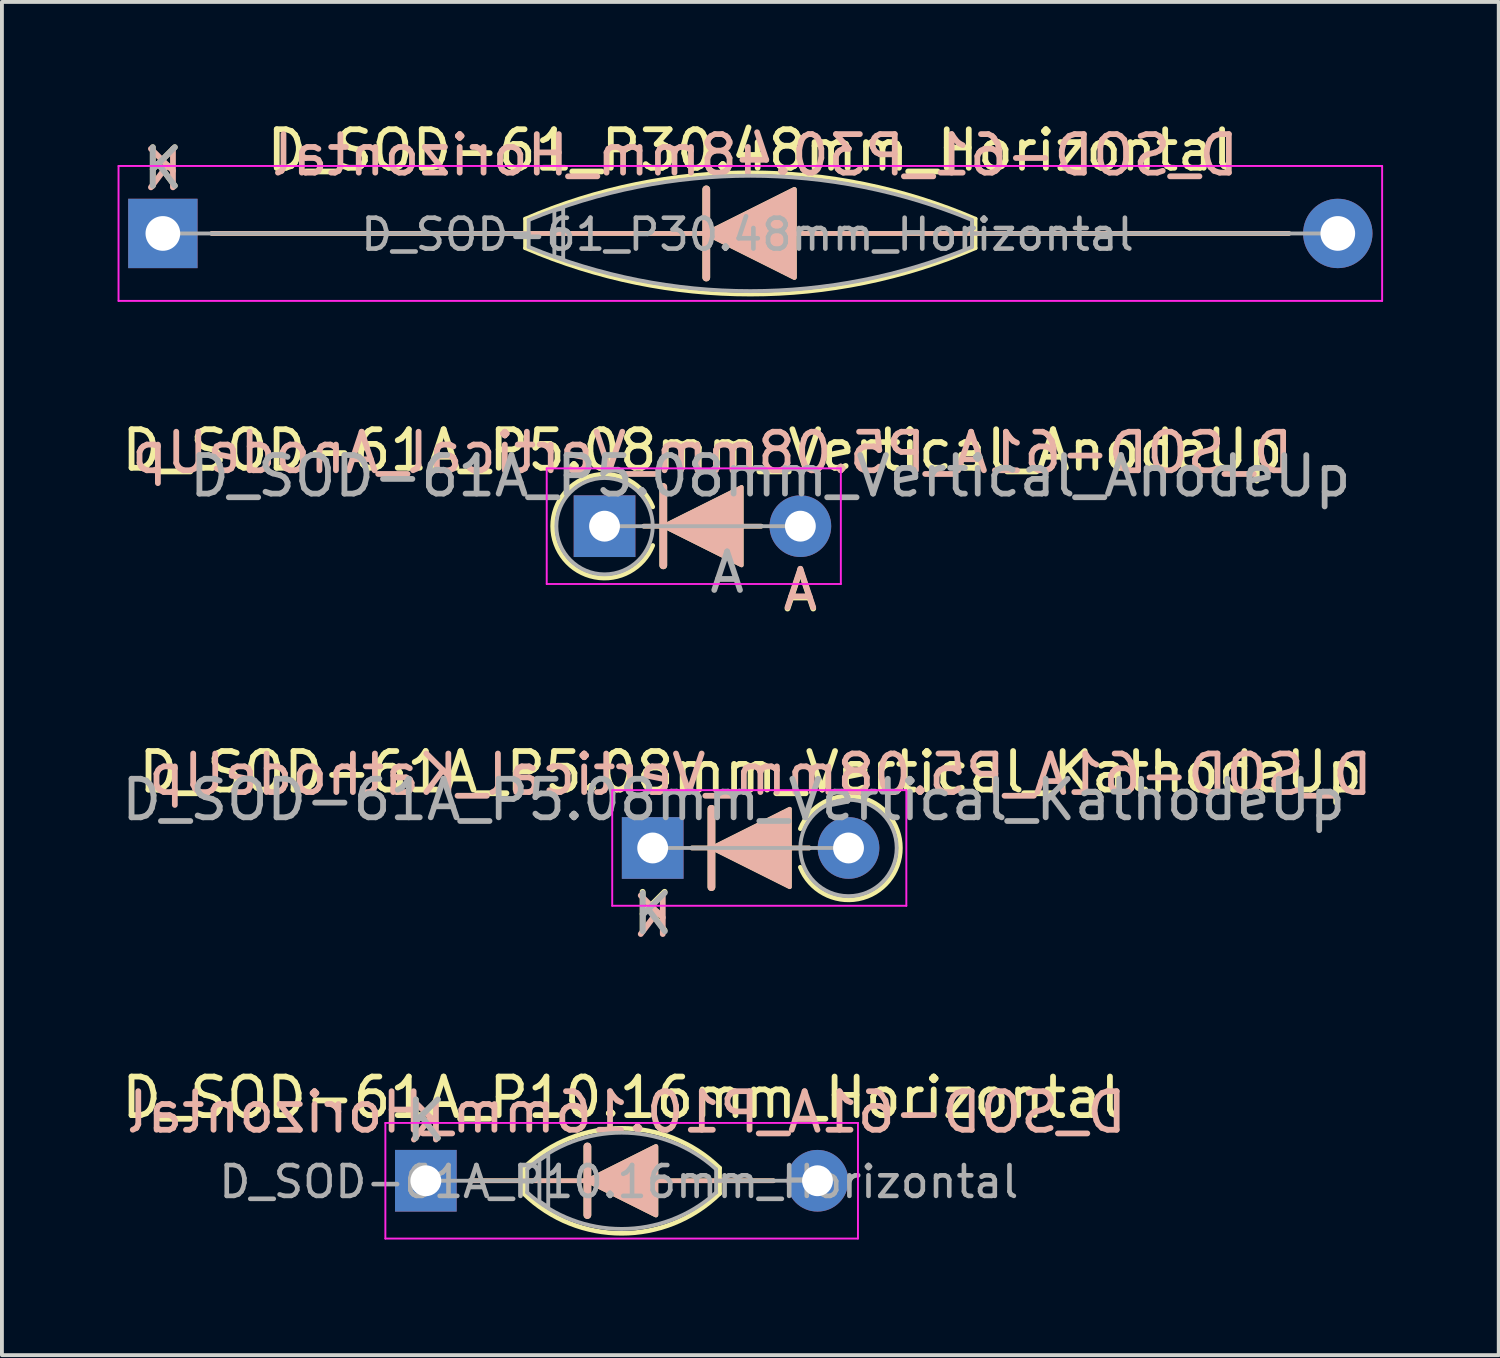
<source format=kicad_pcb>
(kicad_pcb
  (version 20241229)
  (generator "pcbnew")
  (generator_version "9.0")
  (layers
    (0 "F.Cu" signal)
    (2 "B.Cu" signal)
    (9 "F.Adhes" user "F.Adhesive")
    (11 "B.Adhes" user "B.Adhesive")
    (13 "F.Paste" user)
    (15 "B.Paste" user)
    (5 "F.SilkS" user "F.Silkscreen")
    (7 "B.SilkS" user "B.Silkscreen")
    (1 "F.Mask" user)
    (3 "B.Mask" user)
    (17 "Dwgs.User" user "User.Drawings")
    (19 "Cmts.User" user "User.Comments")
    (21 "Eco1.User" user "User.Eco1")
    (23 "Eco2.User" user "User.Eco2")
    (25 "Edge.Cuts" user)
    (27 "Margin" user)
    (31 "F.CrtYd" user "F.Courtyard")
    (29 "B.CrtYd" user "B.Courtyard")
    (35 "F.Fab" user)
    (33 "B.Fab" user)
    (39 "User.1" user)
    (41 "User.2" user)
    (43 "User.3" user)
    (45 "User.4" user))
  (footprint "D_SOD-61A_P10.16mm_Horizontal"
    (layer "F.Cu")
    (at 7.997 27.581)
    (property "Reference" "D_SOD-61A_P10.16mm_Horizontal" (at 5.08 -2.158 0) (layer "F.SilkS") (effects (font (size 1 1) (thickness 0.15))))
    (attr through_hole)
    (fp_line (start 1.143 0) (end 9.017 0) (stroke (width 0.12) (type solid)) (layer "F.SilkS"))
    (fp_line (start 2.54 0.33) (end 2.54 -0.33) (stroke (width 0.12) (type default)) (layer "F.SilkS"))
    (fp_line (start 4.191 -0.889) (end 4.191 0.889) (stroke (width 0.2) (type default)) (layer "F.SilkS"))
    (fp_line (start 7.62 0.33) (end 7.62 -0.33) (stroke (width 0.12) (type default)) (layer "F.SilkS"))
    (fp_arc (start 2.54 -0.3302) (mid 5.08 -1.360382) (end 7.62 -0.3302) (stroke (width 0.12) (type default)) (layer "F.SilkS"))
    (fp_arc (start 7.619999 0.3302) (mid 5.08 1.363559) (end 2.540001 0.330199) (stroke (width 0.12) (type default)) (layer "F.SilkS"))
    (fp_poly (pts (xy 4.191 0) (xy 5.969 -0.889) (xy 5.969 0.889)) (stroke (width 0.12) (type solid)) (fill yes) (layer "F.SilkS"))
    (fp_line (start 1.143 0) (end 9.017 0) (stroke (width 0.12) (type solid)) (layer "B.SilkS"))
    (fp_line (start 4.191 0.889) (end 4.191 -0.889) (stroke (width 0.2) (type default)) (layer "B.SilkS"))
    (fp_poly (pts (xy 4.191 0) (xy 5.969 0.889) (xy 5.969 -0.889)) (stroke (width 0.12) (type solid)) (fill yes) (layer "B.SilkS"))
    (fp_line (start -1.05 -1.5) (end -1.05 1.5) (stroke (width 0.05) (type solid)) (layer "F.CrtYd"))
    (fp_line (start -1.05 1.5) (end 11.21 1.5) (stroke (width 0.05) (type solid)) (layer "F.CrtYd"))
    (fp_line (start 11.21 -1.5) (end -1.05 -1.5) (stroke (width 0.05) (type solid)) (layer "F.CrtYd"))
    (fp_line (start 11.21 1.5) (end 11.21 -1.5) (stroke (width 0.05) (type solid)) (layer "F.CrtYd"))
    (fp_line (start 2.63 -0.3) (end 2.63 0.3) (stroke (width 0.1) (type default)) (layer "F.Fab"))
    (fp_line (start 2.63 0) (end 0 0) (stroke (width 0.1) (type default)) (layer "F.Fab"))
    (fp_line (start 7.53 -0.3) (end 7.53 0.3) (stroke (width 0.1) (type default)) (layer "F.Fab"))
    (fp_line (start 7.53 0) (end 10.16 0) (stroke (width 0.1) (type default)) (layer "F.Fab"))
    (fp_arc (start 2.630001 -0.299999) (mid 5.08 -1.246955) (end 7.529999 -0.299999) (stroke (width 0.1) (type default)) (layer "F.Fab"))
    (fp_arc (start 7.532763 0.303045) (mid 5.08 1.25) (end 2.627237 0.303045) (stroke (width 0.1) (type default)) (layer "F.Fab"))
    (fp_poly (pts (xy 2.946 -0.533) (xy 2.946 0.533) (xy 3.175 0.686) (xy 3.175 -0.686)) (stroke (width 0.1) (type solid)) (fill no) (layer "F.Fab"))
    (fp_text user "K" (at 0 -1.565 0) (layer "F.SilkS") (effects (font (size 1 1) (thickness 0.15))))
    (fp_text user "K" (at 0 -1.524 0) (layer "B.SilkS") (effects (font (size 1 1) (thickness 0.15)) (justify mirror)))
    (fp_text user "${REFERENCE}" (at 5.207 -1.778 0) (layer "B.SilkS") (effects (font (size 1 1) (thickness 0.15)) (justify mirror)))
    (fp_text user "K" (at 0 -1.565 0) (layer "F.Fab") (effects (font (size 1 1) (thickness 0.15))))
    (fp_text user "${REFERENCE}" (at 5.007 0.028 0) (layer "F.Fab") (effects (font (size 0.8 0.8) (thickness 0.12))))
    (pad "1" thru_hole rect (at 0 0) (size 1.6 1.6) (drill 0.8) (layers "*.Cu" "*.Mask"))
    (pad "2" thru_hole oval (at 10.16 0) (size 1.6 1.6) (drill 0.8) (layers "*.Cu" "*.Mask")))
  (footprint "D_SOD-61_P30.48mm_Horizontal"
    (layer "F.Cu")
    (at 1.175 3.006)
    (property "Reference" "D_SOD-61_P30.48mm_Horizontal" (at 15.24 -2.158 0) (layer "F.SilkS") (effects (font (size 1 1) (thickness 0.15))))
    (attr through_hole)
    (fp_line (start 1.27 0) (end 29.21 0) (stroke (width 0.12) (type solid)) (layer "F.SilkS"))
    (fp_line (start 9.398 0.381) (end 9.398 -0.381) (stroke (width 0.1) (type default)) (layer "F.SilkS"))
    (fp_line (start 14.097 -1.143) (end 14.097 1.143) (stroke (width 0.2) (type default)) (layer "F.SilkS"))
    (fp_line (start 21.082 -0.381) (end 21.082 0.381) (stroke (width 0.1) (type default)) (layer "F.SilkS"))
    (fp_arc (start 9.398 -0.380999) (mid 15.24 -1.583547) (end 21.082 -0.380999) (stroke (width 0.1) (type default)) (layer "F.SilkS"))
    (fp_arc (start 21.082 0.381) (mid 15.24 1.583548) (end 9.398 0.381) (stroke (width 0.1) (type default)) (layer "F.SilkS"))
    (fp_poly (pts (xy 14.097 0) (xy 16.383 -1.143) (xy 16.383 1.143)) (stroke (width 0.12) (type solid)) (fill yes) (layer "F.SilkS"))
    (fp_line (start 1.27 0) (end 29.21 0) (stroke (width 0.12) (type solid)) (layer "B.SilkS"))
    (fp_line (start 14.097 1.143) (end 14.097 -1.143) (stroke (width 0.2) (type default)) (layer "B.SilkS"))
    (fp_poly (pts (xy 14.097 0) (xy 16.383 1.143) (xy 16.383 -1.143)) (stroke (width 0.12) (type solid)) (fill yes) (layer "B.SilkS"))
    (fp_line (start -1.15 -1.75) (end -1.15 1.75) (stroke (width 0.05) (type solid)) (layer "F.CrtYd"))
    (fp_line (start -1.15 1.75) (end 31.63 1.75) (stroke (width 0.05) (type solid)) (layer "F.CrtYd"))
    (fp_line (start 31.63 -1.75) (end -1.15 -1.75) (stroke (width 0.05) (type solid)) (layer "F.CrtYd"))
    (fp_line (start 31.63 1.75) (end 31.63 -1.75) (stroke (width 0.05) (type solid)) (layer "F.CrtYd"))
    (fp_line (start 0 0) (end 9.49 0) (stroke (width 0.1) (type default)) (layer "F.Fab"))
    (fp_line (start 9.49 -0.35) (end 9.49 0.35) (stroke (width 0.1) (type default)) (layer "F.Fab"))
    (fp_line (start 20.99 -0.35) (end 20.99 0.35) (stroke (width 0.1) (type default)) (layer "F.Fab"))
    (fp_line (start 30.48 0) (end 20.99 0) (stroke (width 0.1) (type default)) (layer "F.Fab"))
    (fp_arc (start 9.490003 -0.350001) (mid 15.240002 -1.496166) (end 20.99 -0.35) (stroke (width 0.1) (type default)) (layer "F.Fab"))
    (fp_arc (start 20.989997 0.350001) (mid 15.239998 1.496166) (end 9.49 0.35) (stroke (width 0.1) (type default)) (layer "F.Fab"))
    (fp_poly (pts (xy 10.156 -0.6) (xy 10.156 0.6) (xy 10.385 0.65) (xy 10.385 -0.65)) (stroke (width 0.1) (type solid)) (fill no) (layer "F.Fab"))
    (fp_text user "K" (at 0 -1.692 0) (layer "F.SilkS") (effects (font (size 1 1) (thickness 0.15))))
    (fp_text user "K" (at 0 -1.651 0) (layer "B.SilkS") (effects (font (size 1 1) (thickness 0.15)) (justify mirror)))
    (fp_text user "${REFERENCE}" (at 15.367 -2.032 0) (layer "B.SilkS") (effects (font (size 1 1) (thickness 0.15)) (justify mirror)))
    (fp_text user "${REFERENCE}" (at 15.167 0.028 0) (layer "F.Fab") (effects (font (size 0.8 0.8) (thickness 0.12))))
    (fp_text user "K" (at 0 -1.692 0) (layer "F.Fab") (effects (font (size 1 1) (thickness 0.15))))
    (pad "1" thru_hole rect (at 0 0) (size 1.8 1.8) (drill 0.9) (layers "*.Cu" "*.Mask"))
    (pad "2" thru_hole oval (at 30.48 0) (size 1.8 1.8) (drill 0.9) (layers "*.Cu" "*.Mask")))
  (footprint "D_SOD-61A_P5.08mm_Vertical_KathodeUp"
    (layer "F.Cu")
    (at 13.882 18.948)
    (property "Reference" "D_SOD-61A_P5.08mm_Vertical_KathodeUp" (at 2.54 -1.97 0) (layer "F.SilkS") (effects (font (size 1 1) (thickness 0.15))))
    (attr through_hole)
    (fp_line (start 1.016 0) (end 2.413 0) (stroke (width 0.12) (type solid)) (layer "F.SilkS"))
    (fp_line (start 1.524 -1.016) (end 1.524 1.016) (stroke (width 0.2) (type solid)) (layer "F.SilkS"))
    (fp_line (start 1.92 0) (end 4.064 0) (stroke (width 0.12) (type solid)) (layer "F.SilkS"))
    (fp_arc (start 3.83 -0.5) (mid 6.426291 0) (end 3.83 0.5) (stroke (width 0.12) (type default)) (layer "F.SilkS"))
    (fp_poly (pts (xy 3.556 1.016) (xy 1.524 0) (xy 3.556 -1.016)) (stroke (width 0.1) (type solid)) (fill yes) (layer "F.SilkS"))
    (fp_line (start 1.016 0) (end 2.413 0) (stroke (width 0.12) (type solid)) (layer "B.SilkS"))
    (fp_line (start 1.524 1.016) (end 1.524 -1.016) (stroke (width 0.2) (type solid)) (layer "B.SilkS"))
    (fp_line (start 1.92 0) (end 4.064 0) (stroke (width 0.12) (type solid)) (layer "B.SilkS"))
    (fp_poly (pts (xy 3.556 -1.016) (xy 1.524 0) (xy 3.556 1.016)) (stroke (width 0.1) (type solid)) (fill yes) (layer "B.SilkS"))
    (fp_line (start -1.05 -1.5) (end -1.05 1.5) (stroke (width 0.05) (type solid)) (layer "F.CrtYd"))
    (fp_line (start -1.05 1.5) (end 6.58 1.5) (stroke (width 0.05) (type solid)) (layer "F.CrtYd"))
    (fp_line (start 6.58 -1.5) (end -1.05 -1.5) (stroke (width 0.05) (type solid)) (layer "F.CrtYd"))
    (fp_line (start 6.58 1.5) (end 6.58 -1.5) (stroke (width 0.05) (type solid)) (layer "F.CrtYd"))
    (fp_line (start 0 0) (end 5.08 0) (stroke (width 0.1) (type solid)) (layer "F.Fab"))
    (fp_circle (center 5.08 0) (end 3.83 0) (stroke (width 0.1) (type solid)) (fill no) (layer "F.Fab"))
    (fp_text user "K" (at 0 1.682 0) (layer "F.SilkS") (effects (font (size 1 1) (thickness 0.15))))
    (fp_text user "K" (at 0 1.778 0) (layer "B.SilkS") (effects (font (size 1 1) (thickness 0.15)) (justify mirror)))
    (fp_text user "${REFERENCE}" (at 2.794 -1.905 0) (layer "B.SilkS") (effects (font (size 1 1) (thickness 0.15)) (justify mirror)))
    (fp_text user "K" (at 0.005 1.708 0) (layer "F.Fab") (effects (font (size 1 1) (thickness 0.15))))
    (fp_text user "${REFERENCE}" (at 2.1 -1.25 0) (layer "F.Fab") (effects (font (size 1 1) (thickness 0.15))))
    (pad "1" thru_hole rect (at 0 0) (size 1.6 1.6) (drill 0.8) (layers "*.Cu" "*.Mask"))
    (pad "2" thru_hole oval (at 5.08 0) (size 1.6 1.6) (drill 0.8) (layers "*.Cu" "*.Mask")))
  (footprint "D_SOD-61A_P5.08mm_Vertical_AnodeUp"
    (layer "F.Cu")
    (at 12.633 10.6)
    (property "Reference" "D_SOD-61A_P5.08mm_Vertical_AnodeUp" (at 2.54 -1.97 0) (layer "F.SilkS") (effects (font (size 1 1) (thickness 0.15))))
    (attr through_hole)
    (fp_line (start 1.016 0) (end 2.413 0) (stroke (width 0.12) (type solid)) (layer "F.SilkS"))
    (fp_line (start 1.524 -1.016) (end 1.524 1.016) (stroke (width 0.2) (type solid)) (layer "F.SilkS"))
    (fp_line (start 1.92 0) (end 4.064 0) (stroke (width 0.12) (type solid)) (layer "F.SilkS"))
    (fp_arc (start 1.25 0.5) (mid -1.346291 0) (end 1.25 -0.5) (stroke (width 0.12) (type default)) (layer "F.SilkS"))
    (fp_poly (pts (xy 3.556 1.016) (xy 1.524 0) (xy 3.556 -1.016)) (stroke (width 0.1) (type solid)) (fill yes) (layer "F.SilkS"))
    (fp_line (start 1.016 0) (end 2.413 0) (stroke (width 0.12) (type solid)) (layer "B.SilkS"))
    (fp_line (start 1.524 1.016) (end 1.524 -1.016) (stroke (width 0.2) (type solid)) (layer "B.SilkS"))
    (fp_line (start 1.92 0) (end 4.064 0) (stroke (width 0.12) (type solid)) (layer "B.SilkS"))
    (fp_poly (pts (xy 3.556 -1.016) (xy 1.524 0) (xy 3.556 1.016)) (stroke (width 0.1) (type solid)) (fill yes) (layer "B.SilkS"))
    (fp_line (start -1.5 -1.5) (end -1.5 1.5) (stroke (width 0.05) (type solid)) (layer "F.CrtYd"))
    (fp_line (start -1.5 1.5) (end 6.13 1.5) (stroke (width 0.05) (type solid)) (layer "F.CrtYd"))
    (fp_line (start 6.13 -1.5) (end -1.5 -1.5) (stroke (width 0.05) (type solid)) (layer "F.CrtYd"))
    (fp_line (start 6.13 1.5) (end 6.13 -1.5) (stroke (width 0.05) (type solid)) (layer "F.CrtYd"))
    (fp_line (start 0 0) (end 5.08 0) (stroke (width 0.1) (type solid)) (layer "F.Fab"))
    (fp_circle (center 0 0) (end 1.25 0) (stroke (width 0.1) (type solid)) (fill no) (layer "F.Fab"))
    (fp_text user "A" (at 5.08 1.682 0) (layer "F.SilkS") (effects (font (size 1 1) (thickness 0.15))))
    (fp_text user "A" (at 5.08 1.651 0) (layer "B.SilkS") (effects (font (size 1 1) (thickness 0.15)) (justify mirror)))
    (fp_text user "${REFERENCE}" (at 2.794 -1.905 0) (layer "B.SilkS") (effects (font (size 1 1) (thickness 0.15)) (justify mirror)))
    (fp_text user "${REFERENCE}" (at 4.3 -1.3 0) (layer "F.Fab") (effects (font (size 1 1) (thickness 0.15))))
    (fp_text user "A" (at 3.18 1.2 0) (layer "F.Fab") (effects (font (size 1 1) (thickness 0.15))))
    (pad "1" thru_hole rect (at 0 0) (size 1.6 1.6) (drill 0.8) (layers "*.Cu" "*.Mask"))
    (pad "2" thru_hole oval (at 5.08 0) (size 1.6 1.6) (drill 0.8) (layers "*.Cu" "*.Mask")))
  (gr_rect
    (start -3 -3)
    (end 35.83 32.105)
    (stroke (width 0.1) (type default))
    (fill no)
    (layer "Edge.Cuts")))
</source>
